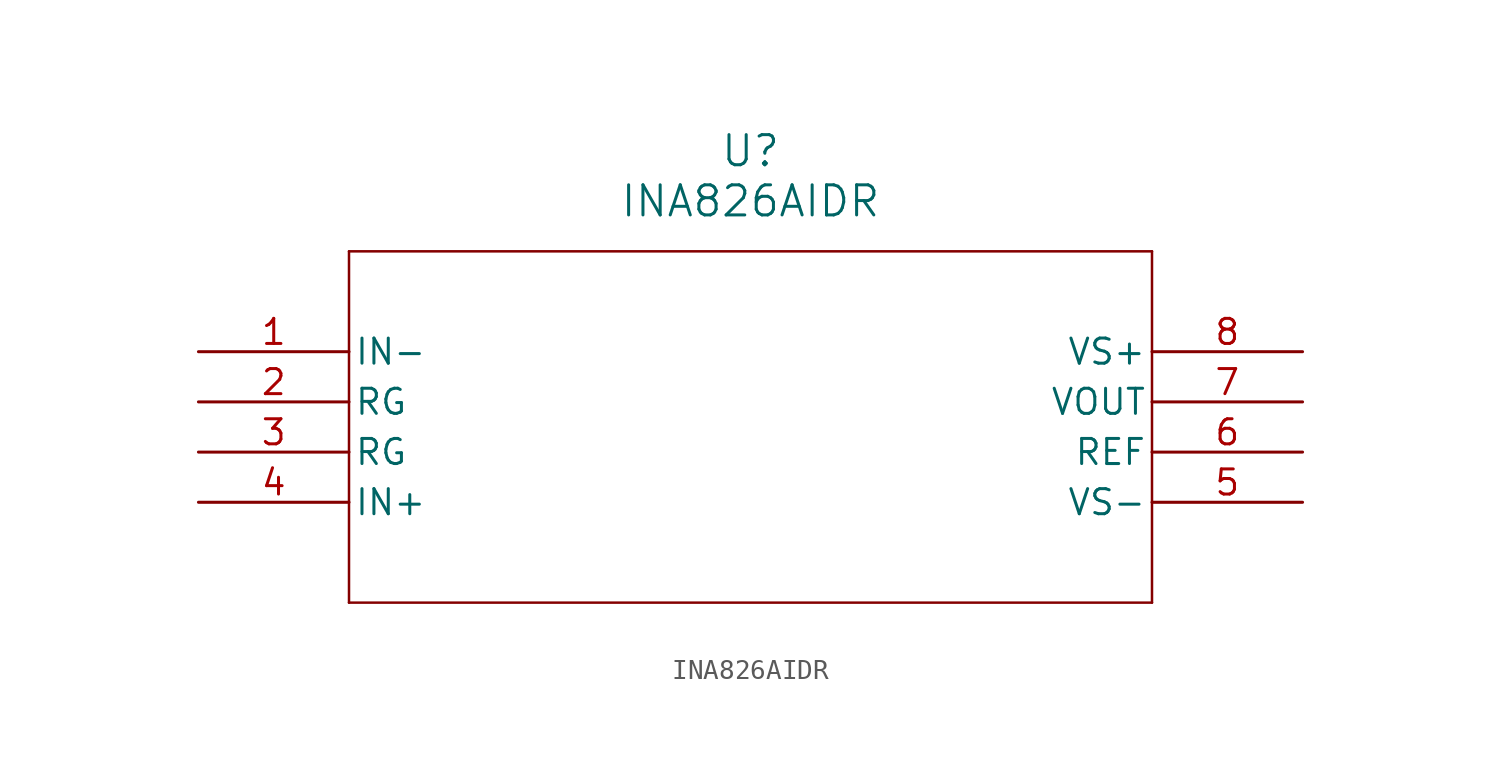
<source format=kicad_sym>
(kicad_symbol_lib
  (version 20211014)
  (generator kicad_symbol_editor)
  (symbol "INA826AIDR"
    (pin_names
      (offset 0.254))
    (property "Reference" "U"
      (at 27.94 10.16 0)
      (effects (font (size 1.524 1.524))))
    (property "Value" "INA826AIDR"
      (at 27.94 7.62 0)
      (effects (font (size 1.524 1.524))))
    (symbol "INA826AIDR_0_1"
      (polyline (pts (xy 7.62 5.08) (xy 7.62 -12.7)) (stroke (width 0.127) (type default) (color 0 0 0 0)) (fill (type none)))
      (polyline (pts (xy 7.62 -12.7) (xy 48.26 -12.7)) (stroke (width 0.127) (type default) (color 0 0 0 0)) (fill (type none)))
      (polyline (pts (xy 48.26 -12.7) (xy 48.26 5.08)) (stroke (width 0.127) (type default) (color 0 0 0 0)) (fill (type none)))
      (polyline (pts (xy 48.26 5.08) (xy 7.62 5.08)) (stroke (width 0.127) (type default) (color 0 0 0 0)) (fill (type none)))
      (pin input line (at 0 0 0) (length 7.62) (name "IN-" (effects (font (size 1.27 1.27)))) (number "1" (effects (font (size 1.27 1.27)))))
      (pin unspecified line (at 0 -2.54 0) (length 7.62) (name "RG" (effects (font (size 1.27 1.27)))) (number "2" (effects (font (size 1.27 1.27)))))
      (pin unspecified line (at 0 -5.08 0) (length 7.62) (name "RG" (effects (font (size 1.27 1.27)))) (number "3" (effects (font (size 1.27 1.27)))))
      (pin input line (at 0 -7.62 0) (length 7.62) (name "IN+" (effects (font (size 1.27 1.27)))) (number "4" (effects (font (size 1.27 1.27)))))
      (pin power_in line (at 55.88 -7.62 180) (length 7.62) (name "VS-" (effects (font (size 1.27 1.27)))) (number "5" (effects (font (size 1.27 1.27)))))
      (pin unspecified line (at 55.88 -5.08 180) (length 7.62) (name "REF" (effects (font (size 1.27 1.27)))) (number "6" (effects (font (size 1.27 1.27)))))
      (pin output line (at 55.88 -2.54 180) (length 7.62) (name "VOUT" (effects (font (size 1.27 1.27)))) (number "7" (effects (font (size 1.27 1.27)))))
      (pin power_in line (at 55.88 0 180) (length 7.62) (name "VS+" (effects (font (size 1.27 1.27)))) (number "8" (effects (font (size 1.27 1.27))))))))
</source>
